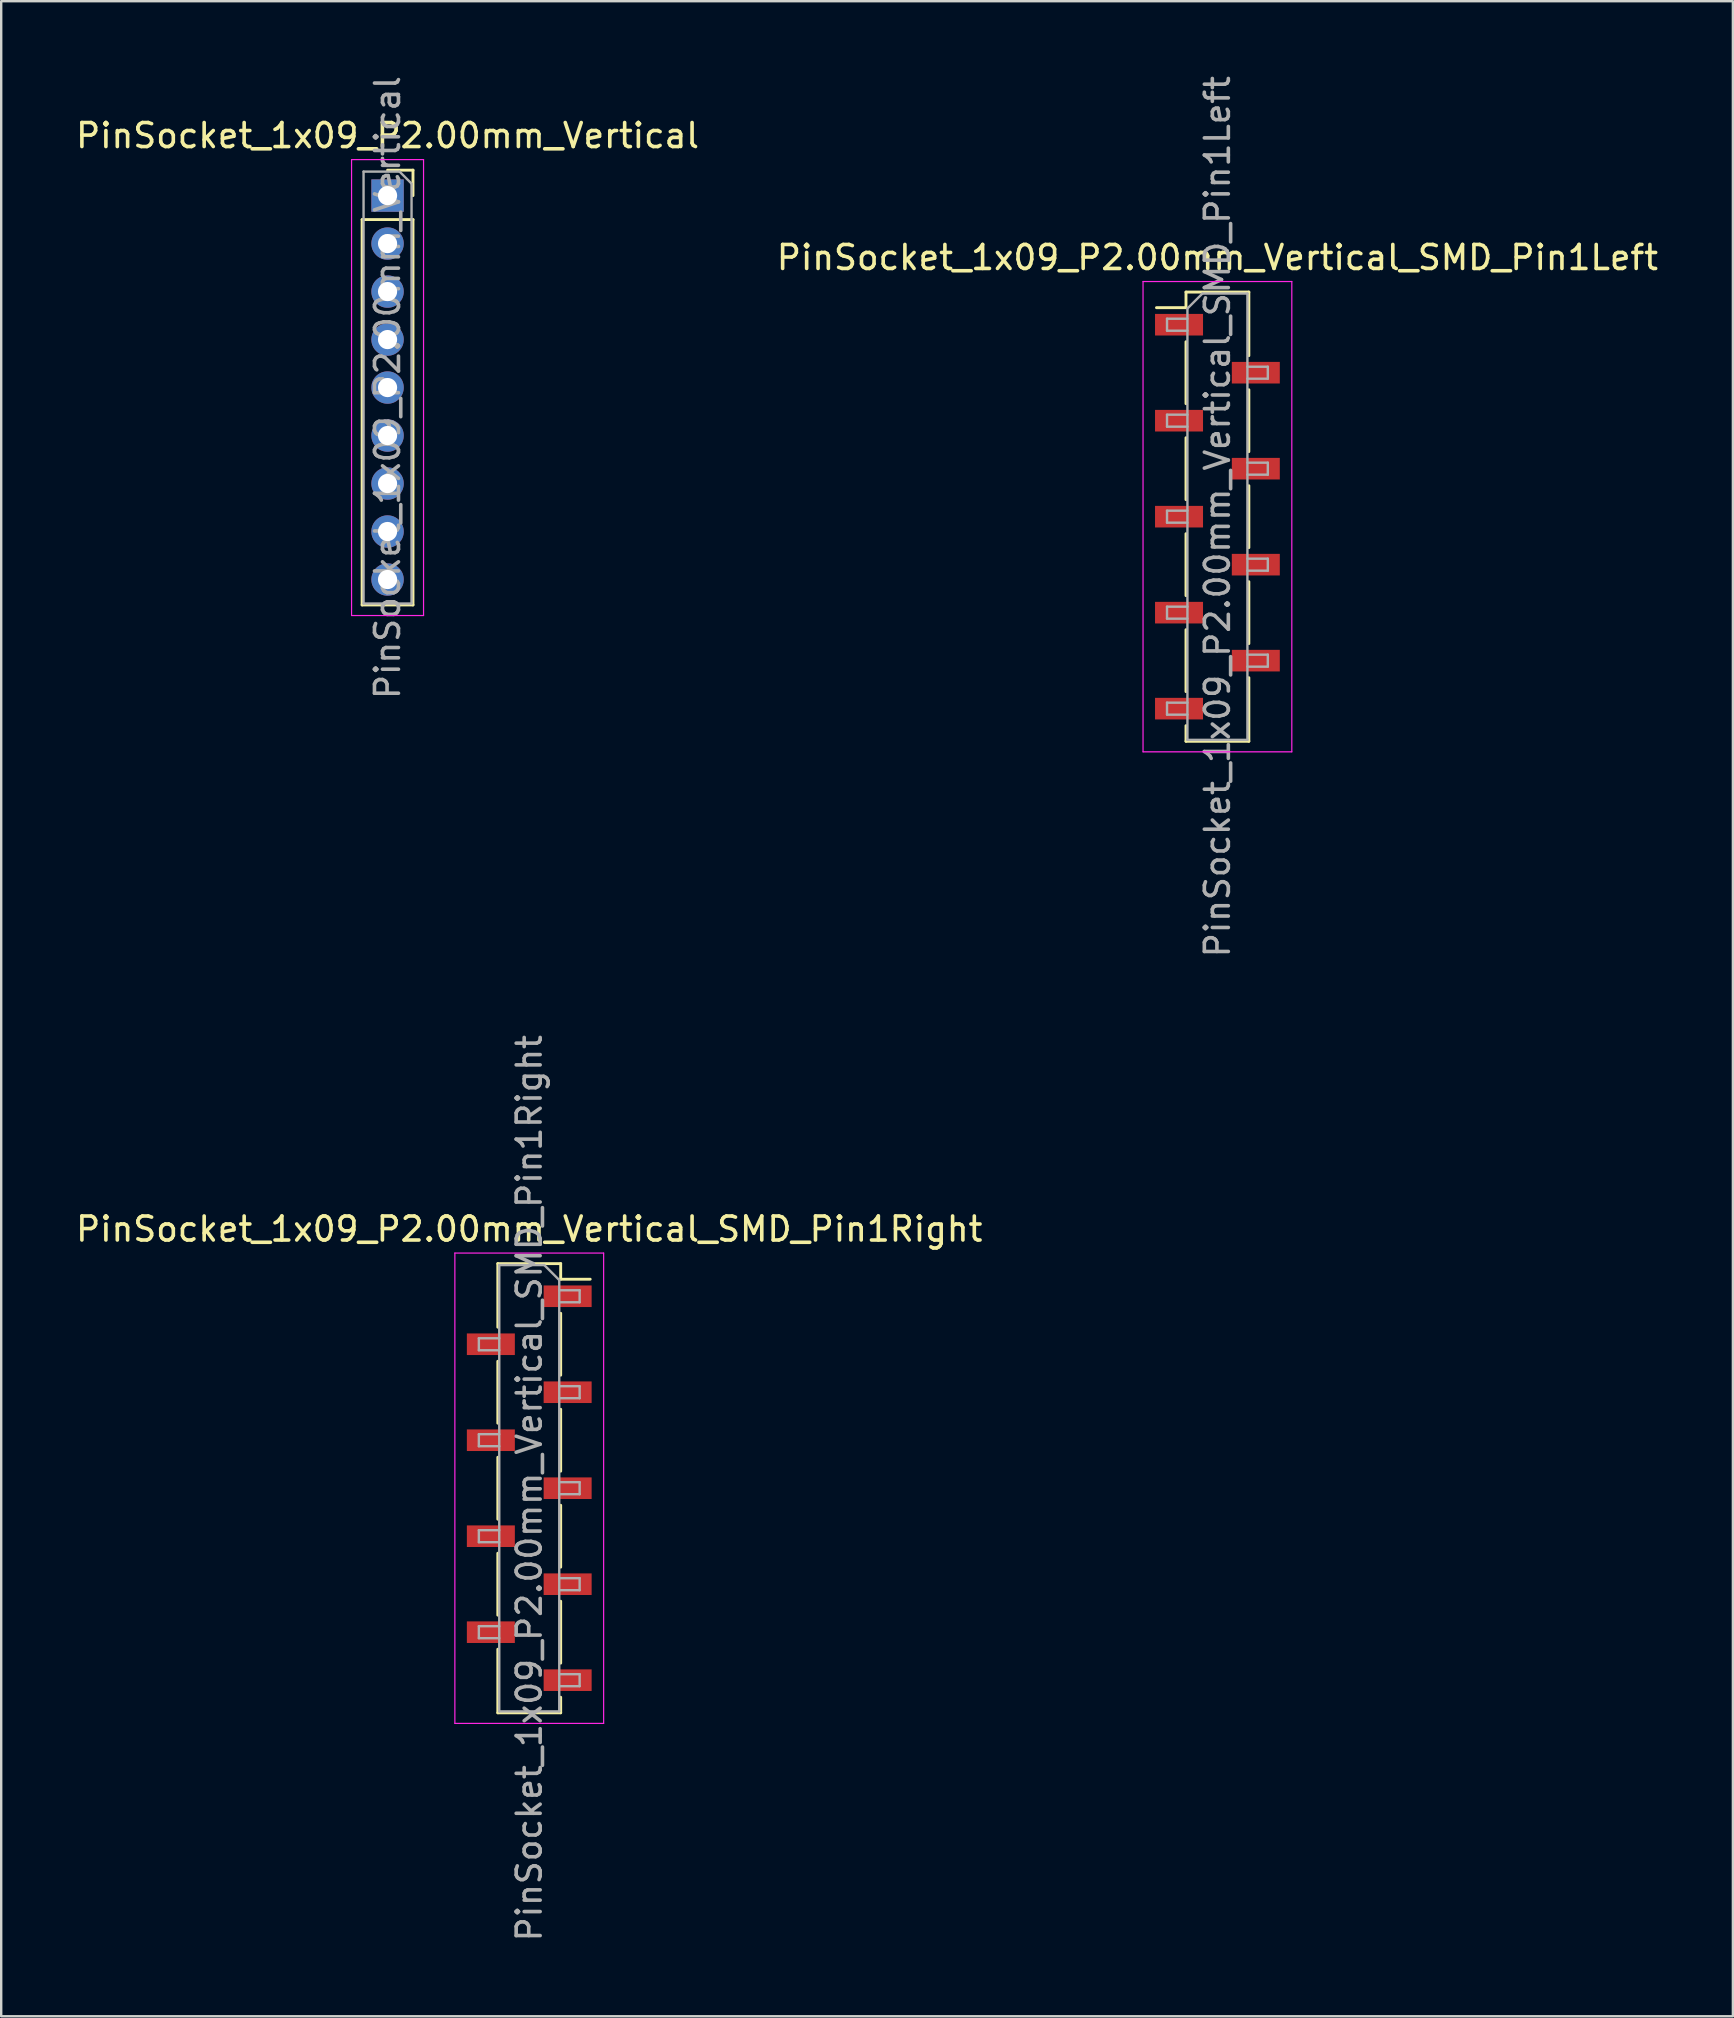
<source format=kicad_pcb>
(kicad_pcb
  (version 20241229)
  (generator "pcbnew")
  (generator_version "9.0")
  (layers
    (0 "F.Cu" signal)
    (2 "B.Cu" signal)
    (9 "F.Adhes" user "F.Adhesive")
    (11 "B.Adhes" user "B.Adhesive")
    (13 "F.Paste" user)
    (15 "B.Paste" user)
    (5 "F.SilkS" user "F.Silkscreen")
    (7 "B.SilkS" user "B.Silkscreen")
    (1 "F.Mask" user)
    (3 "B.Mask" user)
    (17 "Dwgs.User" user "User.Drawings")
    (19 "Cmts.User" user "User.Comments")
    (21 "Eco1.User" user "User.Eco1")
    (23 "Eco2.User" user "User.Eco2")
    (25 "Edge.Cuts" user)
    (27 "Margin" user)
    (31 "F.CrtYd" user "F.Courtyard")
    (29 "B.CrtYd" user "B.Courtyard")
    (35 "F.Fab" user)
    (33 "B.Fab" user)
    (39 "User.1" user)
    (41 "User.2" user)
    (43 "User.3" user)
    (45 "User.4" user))
  (footprint "PinSocket_1x09_P2.00mm_Vertical"
    (layer "F.Cu")
    (at 13.101 5.101)
    (property "Reference" "PinSocket_1x09_P2.00mm_Vertical" (at 0 -2.5 0) (layer "F.SilkS") (effects (font (size 1 1) (thickness 0.15))))
    (attr through_hole)
    (fp_line (start -1.06 1) (end -1.06 17.06) (stroke (width 0.12) (type solid)) (layer "F.SilkS"))
    (fp_line (start -1.06 1) (end 1.06 1) (stroke (width 0.12) (type solid)) (layer "F.SilkS"))
    (fp_line (start -1.06 17.06) (end 1.06 17.06) (stroke (width 0.12) (type solid)) (layer "F.SilkS"))
    (fp_line (start 0 -1.06) (end 1.06 -1.06) (stroke (width 0.12) (type solid)) (layer "F.SilkS"))
    (fp_line (start 1.06 -1.06) (end 1.06 0) (stroke (width 0.12) (type solid)) (layer "F.SilkS"))
    (fp_line (start 1.06 1) (end 1.06 17.06) (stroke (width 0.12) (type solid)) (layer "F.SilkS"))
    (fp_line (start -1.5 -1.5) (end 1.5 -1.5) (stroke (width 0.05) (type solid)) (layer "F.CrtYd"))
    (fp_line (start -1.5 17.5) (end -1.5 -1.5) (stroke (width 0.05) (type solid)) (layer "F.CrtYd"))
    (fp_line (start 1.5 -1.5) (end 1.5 17.5) (stroke (width 0.05) (type solid)) (layer "F.CrtYd"))
    (fp_line (start 1.5 17.5) (end -1.5 17.5) (stroke (width 0.05) (type solid)) (layer "F.CrtYd"))
    (fp_line (start -1 -1) (end 0.5 -1) (stroke (width 0.1) (type solid)) (layer "F.Fab"))
    (fp_line (start -1 17) (end -1 -1) (stroke (width 0.1) (type solid)) (layer "F.Fab"))
    (fp_line (start 0.5 -1) (end 1 -0.5) (stroke (width 0.1) (type solid)) (layer "F.Fab"))
    (fp_line (start 1 -0.5) (end 1 17) (stroke (width 0.1) (type solid)) (layer "F.Fab"))
    (fp_line (start 1 17) (end -1 17) (stroke (width 0.1) (type solid)) (layer "F.Fab"))
    (fp_text user "${REFERENCE}" (at 0 8 90) (layer "F.Fab") (effects (font (size 1 1) (thickness 0.15))))
    (pad "1" thru_hole rect (at 0 0) (size 1.35 1.35) (drill 0.8) (layers "*.Cu" "*.Mask"))
    (pad "2" thru_hole oval (at 0 2) (size 1.35 1.35) (drill 0.8) (layers "*.Cu" "*.Mask"))
    (pad "3" thru_hole oval (at 0 4) (size 1.35 1.35) (drill 0.8) (layers "*.Cu" "*.Mask"))
    (pad "4" thru_hole oval (at 0 6) (size 1.35 1.35) (drill 0.8) (layers "*.Cu" "*.Mask"))
    (pad "5" thru_hole oval (at 0 8) (size 1.35 1.35) (drill 0.8) (layers "*.Cu" "*.Mask"))
    (pad "6" thru_hole oval (at 0 10) (size 1.35 1.35) (drill 0.8) (layers "*.Cu" "*.Mask"))
    (pad "7" thru_hole oval (at 0 12) (size 1.35 1.35) (drill 0.8) (layers "*.Cu" "*.Mask"))
    (pad "8" thru_hole oval (at 0 14) (size 1.35 1.35) (drill 0.8) (layers "*.Cu" "*.Mask"))
    (pad "9" thru_hole oval (at 0 16) (size 1.35 1.35) (drill 0.8) (layers "*.Cu" "*.Mask")))
  (footprint "PinSocket_1x09_P2.00mm_Vertical_SMD_Pin1Right"
    (layer "F.Cu")
    (at 19.006 58.97)
    (property "Reference" "PinSocket_1x09_P2.00mm_Vertical_SMD_Pin1Right" (at 0 -10.8 0) (layer "F.SilkS") (effects (font (size 1 1) (thickness 0.15))))
    (attr smd)
    (fp_line (start -1.31 -9.36) (end -1.31 -6.71) (stroke (width 0.12) (type solid)) (layer "F.SilkS"))
    (fp_line (start -1.31 -9.36) (end 1.31 -9.36) (stroke (width 0.12) (type solid)) (layer "F.SilkS"))
    (fp_line (start -1.31 -5.29) (end -1.31 -2.71) (stroke (width 0.12) (type solid)) (layer "F.SilkS"))
    (fp_line (start -1.31 -1.29) (end -1.31 1.29) (stroke (width 0.12) (type solid)) (layer "F.SilkS"))
    (fp_line (start -1.31 2.71) (end -1.31 5.29) (stroke (width 0.12) (type solid)) (layer "F.SilkS"))
    (fp_line (start -1.31 6.71) (end -1.31 9.36) (stroke (width 0.12) (type solid)) (layer "F.SilkS"))
    (fp_line (start -1.31 9.36) (end 1.31 9.36) (stroke (width 0.12) (type solid)) (layer "F.SilkS"))
    (fp_line (start 1.31 -9.36) (end 1.31 -8.71) (stroke (width 0.12) (type solid)) (layer "F.SilkS"))
    (fp_line (start 1.31 -8.71) (end 2.54 -8.71) (stroke (width 0.12) (type solid)) (layer "F.SilkS"))
    (fp_line (start 1.31 -7.29) (end 1.31 -4.71) (stroke (width 0.12) (type solid)) (layer "F.SilkS"))
    (fp_line (start 1.31 -3.29) (end 1.31 -0.71) (stroke (width 0.12) (type solid)) (layer "F.SilkS"))
    (fp_line (start 1.31 0.71) (end 1.31 3.29) (stroke (width 0.12) (type solid)) (layer "F.SilkS"))
    (fp_line (start 1.31 4.71) (end 1.31 7.29) (stroke (width 0.12) (type solid)) (layer "F.SilkS"))
    (fp_line (start 1.31 8.71) (end 1.31 9.36) (stroke (width 0.12) (type solid)) (layer "F.SilkS"))
    (fp_line (start -3.1 -9.8) (end 3.1 -9.8) (stroke (width 0.05) (type solid)) (layer "F.CrtYd"))
    (fp_line (start -3.1 9.8) (end -3.1 -9.8) (stroke (width 0.05) (type solid)) (layer "F.CrtYd"))
    (fp_line (start 3.1 -9.8) (end 3.1 9.8) (stroke (width 0.05) (type solid)) (layer "F.CrtYd"))
    (fp_line (start 3.1 9.8) (end -3.1 9.8) (stroke (width 0.05) (type solid)) (layer "F.CrtYd"))
    (fp_line (start -2.1 -6.25) (end -1.25 -6.25) (stroke (width 0.1) (type solid)) (layer "F.Fab"))
    (fp_line (start -2.1 -5.75) (end -2.1 -6.25) (stroke (width 0.1) (type solid)) (layer "F.Fab"))
    (fp_line (start -2.1 -2.25) (end -1.25 -2.25) (stroke (width 0.1) (type solid)) (layer "F.Fab"))
    (fp_line (start -2.1 -1.75) (end -2.1 -2.25) (stroke (width 0.1) (type solid)) (layer "F.Fab"))
    (fp_line (start -2.1 1.75) (end -1.25 1.75) (stroke (width 0.1) (type solid)) (layer "F.Fab"))
    (fp_line (start -2.1 2.25) (end -2.1 1.75) (stroke (width 0.1) (type solid)) (layer "F.Fab"))
    (fp_line (start -2.1 5.75) (end -1.25 5.75) (stroke (width 0.1) (type solid)) (layer "F.Fab"))
    (fp_line (start -2.1 6.25) (end -2.1 5.75) (stroke (width 0.1) (type solid)) (layer "F.Fab"))
    (fp_line (start -1.25 -9.3) (end 0.625 -9.3) (stroke (width 0.1) (type solid)) (layer "F.Fab"))
    (fp_line (start -1.25 -5.75) (end -2.1 -5.75) (stroke (width 0.1) (type solid)) (layer "F.Fab"))
    (fp_line (start -1.25 -1.75) (end -2.1 -1.75) (stroke (width 0.1) (type solid)) (layer "F.Fab"))
    (fp_line (start -1.25 2.25) (end -2.1 2.25) (stroke (width 0.1) (type solid)) (layer "F.Fab"))
    (fp_line (start -1.25 6.25) (end -2.1 6.25) (stroke (width 0.1) (type solid)) (layer "F.Fab"))
    (fp_line (start -1.25 9.3) (end -1.25 -9.3) (stroke (width 0.1) (type solid)) (layer "F.Fab"))
    (fp_line (start 0.625 -9.3) (end 1.25 -8.675) (stroke (width 0.1) (type solid)) (layer "F.Fab"))
    (fp_line (start 1.25 -8.675) (end 1.25 9.3) (stroke (width 0.1) (type solid)) (layer "F.Fab"))
    (fp_line (start 1.25 -8.25) (end 2.1 -8.25) (stroke (width 0.1) (type solid)) (layer "F.Fab"))
    (fp_line (start 1.25 -4.25) (end 2.1 -4.25) (stroke (width 0.1) (type solid)) (layer "F.Fab"))
    (fp_line (start 1.25 -0.25) (end 2.1 -0.25) (stroke (width 0.1) (type solid)) (layer "F.Fab"))
    (fp_line (start 1.25 3.75) (end 2.1 3.75) (stroke (width 0.1) (type solid)) (layer "F.Fab"))
    (fp_line (start 1.25 7.75) (end 2.1 7.75) (stroke (width 0.1) (type solid)) (layer "F.Fab"))
    (fp_line (start 1.25 9.3) (end -1.25 9.3) (stroke (width 0.1) (type solid)) (layer "F.Fab"))
    (fp_line (start 2.1 -8.25) (end 2.1 -7.75) (stroke (width 0.1) (type solid)) (layer "F.Fab"))
    (fp_line (start 2.1 -7.75) (end 1.25 -7.75) (stroke (width 0.1) (type solid)) (layer "F.Fab"))
    (fp_line (start 2.1 -4.25) (end 2.1 -3.75) (stroke (width 0.1) (type solid)) (layer "F.Fab"))
    (fp_line (start 2.1 -3.75) (end 1.25 -3.75) (stroke (width 0.1) (type solid)) (layer "F.Fab"))
    (fp_line (start 2.1 -0.25) (end 2.1 0.25) (stroke (width 0.1) (type solid)) (layer "F.Fab"))
    (fp_line (start 2.1 0.25) (end 1.25 0.25) (stroke (width 0.1) (type solid)) (layer "F.Fab"))
    (fp_line (start 2.1 3.75) (end 2.1 4.25) (stroke (width 0.1) (type solid)) (layer "F.Fab"))
    (fp_line (start 2.1 4.25) (end 1.25 4.25) (stroke (width 0.1) (type solid)) (layer "F.Fab"))
    (fp_line (start 2.1 7.75) (end 2.1 8.25) (stroke (width 0.1) (type solid)) (layer "F.Fab"))
    (fp_line (start 2.1 8.25) (end 1.25 8.25) (stroke (width 0.1) (type solid)) (layer "F.Fab"))
    (fp_text user "${REFERENCE}" (at 0 0 90) (layer "F.Fab") (effects (font (size 1 1) (thickness 0.15))))
    (pad "1" smd rect (at 1.6 -8) (size 2 0.9) (layers "F.Cu" "F.Mask" "F.Paste"))
    (pad "2" smd rect (at -1.6 -6) (size 2 0.9) (layers "F.Cu" "F.Mask" "F.Paste"))
    (pad "3" smd rect (at 1.6 -4) (size 2 0.9) (layers "F.Cu" "F.Mask" "F.Paste"))
    (pad "4" smd rect (at -1.6 -2) (size 2 0.9) (layers "F.Cu" "F.Mask" "F.Paste"))
    (pad "5" smd rect (at 1.6 0) (size 2 0.9) (layers "F.Cu" "F.Mask" "F.Paste"))
    (pad "6" smd rect (at -1.6 2) (size 2 0.9) (layers "F.Cu" "F.Mask" "F.Paste"))
    (pad "7" smd rect (at 1.6 4) (size 2 0.9) (layers "F.Cu" "F.Mask" "F.Paste"))
    (pad "8" smd rect (at -1.6 6) (size 2 0.9) (layers "F.Cu" "F.Mask" "F.Paste"))
    (pad "9" smd rect (at 1.6 8) (size 2 0.9) (layers "F.Cu" "F.Mask" "F.Paste")))
  (footprint "PinSocket_1x09_P2.00mm_Vertical_SMD_Pin1Left"
    (layer "F.Cu")
    (at 47.685 18.482)
    (property "Reference" "PinSocket_1x09_P2.00mm_Vertical_SMD_Pin1Left" (at 0 -10.8 0) (layer "F.SilkS") (effects (font (size 1 1) (thickness 0.15))))
    (attr smd)
    (fp_line (start -2.54 -8.71) (end -1.31 -8.71) (stroke (width 0.12) (type solid)) (layer "F.SilkS"))
    (fp_line (start -1.31 -9.36) (end -1.31 -8.71) (stroke (width 0.12) (type solid)) (layer "F.SilkS"))
    (fp_line (start -1.31 -9.36) (end 1.31 -9.36) (stroke (width 0.12) (type solid)) (layer "F.SilkS"))
    (fp_line (start -1.31 -7.29) (end -1.31 -4.71) (stroke (width 0.12) (type solid)) (layer "F.SilkS"))
    (fp_line (start -1.31 -3.29) (end -1.31 -0.71) (stroke (width 0.12) (type solid)) (layer "F.SilkS"))
    (fp_line (start -1.31 0.71) (end -1.31 3.29) (stroke (width 0.12) (type solid)) (layer "F.SilkS"))
    (fp_line (start -1.31 4.71) (end -1.31 7.29) (stroke (width 0.12) (type solid)) (layer "F.SilkS"))
    (fp_line (start -1.31 8.71) (end -1.31 9.36) (stroke (width 0.12) (type solid)) (layer "F.SilkS"))
    (fp_line (start -1.31 9.36) (end 1.31 9.36) (stroke (width 0.12) (type solid)) (layer "F.SilkS"))
    (fp_line (start 1.31 -9.36) (end 1.31 -6.71) (stroke (width 0.12) (type solid)) (layer "F.SilkS"))
    (fp_line (start 1.31 -5.29) (end 1.31 -2.71) (stroke (width 0.12) (type solid)) (layer "F.SilkS"))
    (fp_line (start 1.31 -1.29) (end 1.31 1.29) (stroke (width 0.12) (type solid)) (layer "F.SilkS"))
    (fp_line (start 1.31 2.71) (end 1.31 5.29) (stroke (width 0.12) (type solid)) (layer "F.SilkS"))
    (fp_line (start 1.31 6.71) (end 1.31 9.36) (stroke (width 0.12) (type solid)) (layer "F.SilkS"))
    (fp_line (start -3.1 -9.8) (end 3.1 -9.8) (stroke (width 0.05) (type solid)) (layer "F.CrtYd"))
    (fp_line (start -3.1 9.8) (end -3.1 -9.8) (stroke (width 0.05) (type solid)) (layer "F.CrtYd"))
    (fp_line (start 3.1 -9.8) (end 3.1 9.8) (stroke (width 0.05) (type solid)) (layer "F.CrtYd"))
    (fp_line (start 3.1 9.8) (end -3.1 9.8) (stroke (width 0.05) (type solid)) (layer "F.CrtYd"))
    (fp_line (start -2.1 -8.25) (end -1.25 -8.25) (stroke (width 0.1) (type solid)) (layer "F.Fab"))
    (fp_line (start -2.1 -7.75) (end -2.1 -8.25) (stroke (width 0.1) (type solid)) (layer "F.Fab"))
    (fp_line (start -2.1 -4.25) (end -1.25 -4.25) (stroke (width 0.1) (type solid)) (layer "F.Fab"))
    (fp_line (start -2.1 -3.75) (end -2.1 -4.25) (stroke (width 0.1) (type solid)) (layer "F.Fab"))
    (fp_line (start -2.1 -0.25) (end -1.25 -0.25) (stroke (width 0.1) (type solid)) (layer "F.Fab"))
    (fp_line (start -2.1 0.25) (end -2.1 -0.25) (stroke (width 0.1) (type solid)) (layer "F.Fab"))
    (fp_line (start -2.1 3.75) (end -1.25 3.75) (stroke (width 0.1) (type solid)) (layer "F.Fab"))
    (fp_line (start -2.1 4.25) (end -2.1 3.75) (stroke (width 0.1) (type solid)) (layer "F.Fab"))
    (fp_line (start -2.1 7.75) (end -1.25 7.75) (stroke (width 0.1) (type solid)) (layer "F.Fab"))
    (fp_line (start -2.1 8.25) (end -2.1 7.75) (stroke (width 0.1) (type solid)) (layer "F.Fab"))
    (fp_line (start -1.25 -8.675) (end -0.625 -9.3) (stroke (width 0.1) (type solid)) (layer "F.Fab"))
    (fp_line (start -1.25 -7.75) (end -2.1 -7.75) (stroke (width 0.1) (type solid)) (layer "F.Fab"))
    (fp_line (start -1.25 -3.75) (end -2.1 -3.75) (stroke (width 0.1) (type solid)) (layer "F.Fab"))
    (fp_line (start -1.25 0.25) (end -2.1 0.25) (stroke (width 0.1) (type solid)) (layer "F.Fab"))
    (fp_line (start -1.25 4.25) (end -2.1 4.25) (stroke (width 0.1) (type solid)) (layer "F.Fab"))
    (fp_line (start -1.25 8.25) (end -2.1 8.25) (stroke (width 0.1) (type solid)) (layer "F.Fab"))
    (fp_line (start -1.25 9.3) (end -1.25 -8.675) (stroke (width 0.1) (type solid)) (layer "F.Fab"))
    (fp_line (start -0.625 -9.3) (end 1.25 -9.3) (stroke (width 0.1) (type solid)) (layer "F.Fab"))
    (fp_line (start 1.25 -9.3) (end 1.25 9.3) (stroke (width 0.1) (type solid)) (layer "F.Fab"))
    (fp_line (start 1.25 -6.25) (end 2.1 -6.25) (stroke (width 0.1) (type solid)) (layer "F.Fab"))
    (fp_line (start 1.25 -2.25) (end 2.1 -2.25) (stroke (width 0.1) (type solid)) (layer "F.Fab"))
    (fp_line (start 1.25 1.75) (end 2.1 1.75) (stroke (width 0.1) (type solid)) (layer "F.Fab"))
    (fp_line (start 1.25 5.75) (end 2.1 5.75) (stroke (width 0.1) (type solid)) (layer "F.Fab"))
    (fp_line (start 1.25 9.3) (end -1.25 9.3) (stroke (width 0.1) (type solid)) (layer "F.Fab"))
    (fp_line (start 2.1 -6.25) (end 2.1 -5.75) (stroke (width 0.1) (type solid)) (layer "F.Fab"))
    (fp_line (start 2.1 -5.75) (end 1.25 -5.75) (stroke (width 0.1) (type solid)) (layer "F.Fab"))
    (fp_line (start 2.1 -2.25) (end 2.1 -1.75) (stroke (width 0.1) (type solid)) (layer "F.Fab"))
    (fp_line (start 2.1 -1.75) (end 1.25 -1.75) (stroke (width 0.1) (type solid)) (layer "F.Fab"))
    (fp_line (start 2.1 1.75) (end 2.1 2.25) (stroke (width 0.1) (type solid)) (layer "F.Fab"))
    (fp_line (start 2.1 2.25) (end 1.25 2.25) (stroke (width 0.1) (type solid)) (layer "F.Fab"))
    (fp_line (start 2.1 5.75) (end 2.1 6.25) (stroke (width 0.1) (type solid)) (layer "F.Fab"))
    (fp_line (start 2.1 6.25) (end 1.25 6.25) (stroke (width 0.1) (type solid)) (layer "F.Fab"))
    (fp_text user "${REFERENCE}" (at 0 0 90) (layer "F.Fab") (effects (font (size 1 1) (thickness 0.15))))
    (pad "1" smd rect (at -1.6 -8) (size 2 0.9) (layers "F.Cu" "F.Mask" "F.Paste"))
    (pad "2" smd rect (at 1.6 -6) (size 2 0.9) (layers "F.Cu" "F.Mask" "F.Paste"))
    (pad "3" smd rect (at -1.6 -4) (size 2 0.9) (layers "F.Cu" "F.Mask" "F.Paste"))
    (pad "4" smd rect (at 1.6 -2) (size 2 0.9) (layers "F.Cu" "F.Mask" "F.Paste"))
    (pad "5" smd rect (at -1.6 0) (size 2 0.9) (layers "F.Cu" "F.Mask" "F.Paste"))
    (pad "6" smd rect (at 1.6 2) (size 2 0.9) (layers "F.Cu" "F.Mask" "F.Paste"))
    (pad "7" smd rect (at -1.6 4) (size 2 0.9) (layers "F.Cu" "F.Mask" "F.Paste"))
    (pad "8" smd rect (at 1.6 6) (size 2 0.9) (layers "F.Cu" "F.Mask" "F.Paste"))
    (pad "9" smd rect (at -1.6 8) (size 2 0.9) (layers "F.Cu" "F.Mask" "F.Paste")))
  (gr_rect
    (start -3 -3)
    (end 69.167 80.976)
    (stroke (width 0.1) (type default))
    (fill no)
    (layer "Edge.Cuts")))
</source>
